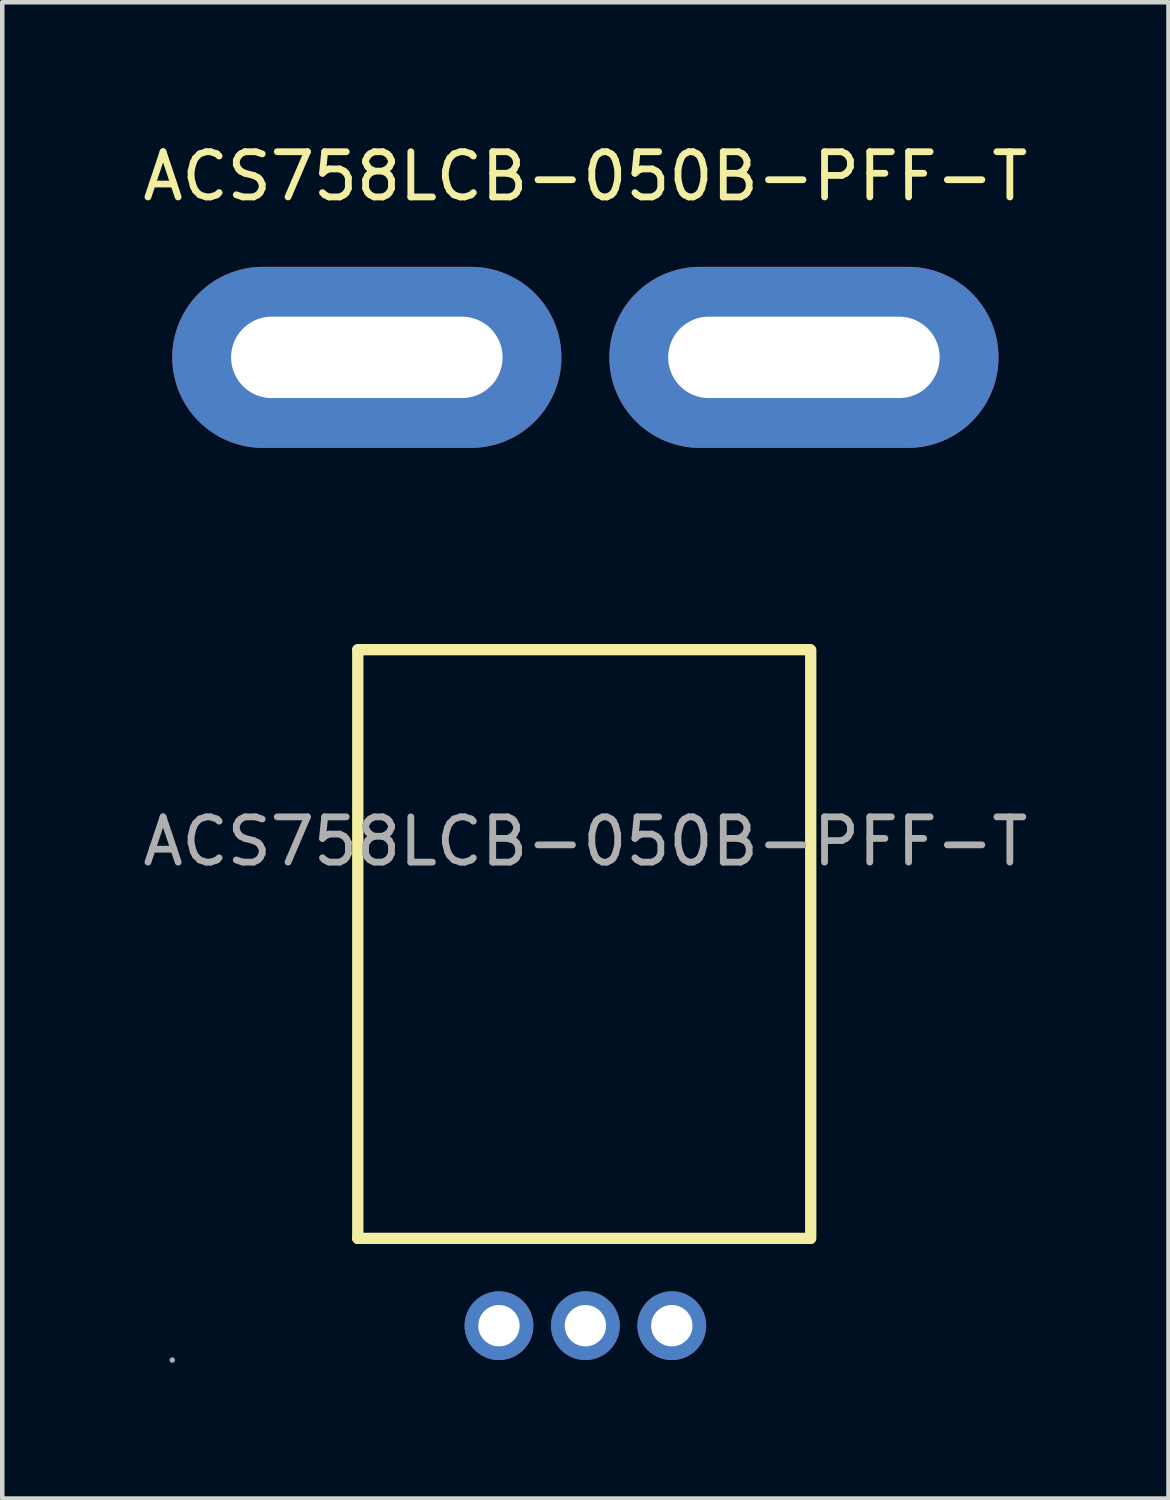
<source format=kicad_pcb>
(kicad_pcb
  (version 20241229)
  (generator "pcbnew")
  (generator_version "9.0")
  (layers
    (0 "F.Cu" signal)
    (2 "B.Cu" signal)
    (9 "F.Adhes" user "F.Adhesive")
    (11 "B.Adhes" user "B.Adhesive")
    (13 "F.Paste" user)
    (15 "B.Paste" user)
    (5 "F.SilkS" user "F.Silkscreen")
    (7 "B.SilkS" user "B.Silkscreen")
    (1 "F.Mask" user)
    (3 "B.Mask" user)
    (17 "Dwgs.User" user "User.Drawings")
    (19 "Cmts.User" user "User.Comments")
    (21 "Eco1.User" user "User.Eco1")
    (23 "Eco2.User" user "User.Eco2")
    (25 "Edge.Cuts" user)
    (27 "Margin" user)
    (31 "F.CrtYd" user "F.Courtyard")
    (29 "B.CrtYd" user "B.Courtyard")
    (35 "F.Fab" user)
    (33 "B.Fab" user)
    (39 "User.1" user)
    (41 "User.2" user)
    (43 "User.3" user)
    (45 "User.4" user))
  (footprint "ACS758LCB-050B-PFF-T"
    (layer "F.Cu")
    (at 9.887 15.548)
    (property "Reference" "ACS758LCB-050B-PFF-T" (at 0 -14.7 0) (layer "F.SilkS") (effects (font (size 1 1) (thickness 0.15))))
    (attr through_hole)
    (fp_line (start -5.03 -4.24) (end 4.97 -4.24) (stroke (width 0.25) (type solid)) (layer "F.SilkS"))
    (fp_line (start -5.03 -4.23) (end -5.03 8.77) (stroke (width 0.25) (type solid)) (layer "F.SilkS"))
    (fp_line (start -5.03 8.77) (end 4.97 8.77) (stroke (width 0.25) (type solid)) (layer "F.SilkS"))
    (fp_line (start 4.98 -4.23) (end 4.98 8.77) (stroke (width 0.25) (type solid)) (layer "F.SilkS"))
    (fp_circle (center -9.13 11.46) (end -9.1 11.46) (stroke (width 0.06) (type solid)) (fill no) (layer "F.Fab"))
    (fp_circle (center -1.91 10.7) (end -1.73 10.7) (stroke (width 0.36) (type solid)) (fill no) (layer "F.Fab"))
    (fp_circle (center 0 10.7) (end 0.18 10.7) (stroke (width 0.36) (type solid)) (fill no) (layer "F.Fab"))
    (fp_circle (center 1.91 10.7) (end 2.09 10.7) (stroke (width 0.36) (type solid)) (fill no) (layer "F.Fab"))
    (fp_text user "${REFERENCE}" (at 0 0 0) (layer "F.Fab") (effects (font (size 1 1) (thickness 0.15))))
    (pad "1" thru_hole circle (at -1.91 10.7) (size 1.52 1.52) (drill 0.914) (layers "*.Cu" "*.Mask"))
    (pad "2" thru_hole circle (at 0 10.7) (size 1.52 1.52) (drill 0.914) (layers "*.Cu" "*.Mask"))
    (pad "3" thru_hole circle (at 1.91 10.7) (size 1.52 1.52) (drill 0.914) (layers "*.Cu" "*.Mask"))
    (pad "4" thru_hole oval (at 4.83 -10.7) (size 8.6 4) (drill oval 6 1.8) (layers "*.Cu" "*.Mask"))
    (pad "5" thru_hole oval (at -4.83 -10.7) (size 8.6 4) (drill oval 6 1.8) (layers "*.Cu" "*.Mask")))
  (gr_rect
    (start -3 -3)
    (end 22.774 30.068)
    (stroke (width 0.1) (type default))
    (fill no)
    (layer "Edge.Cuts")))
</source>
